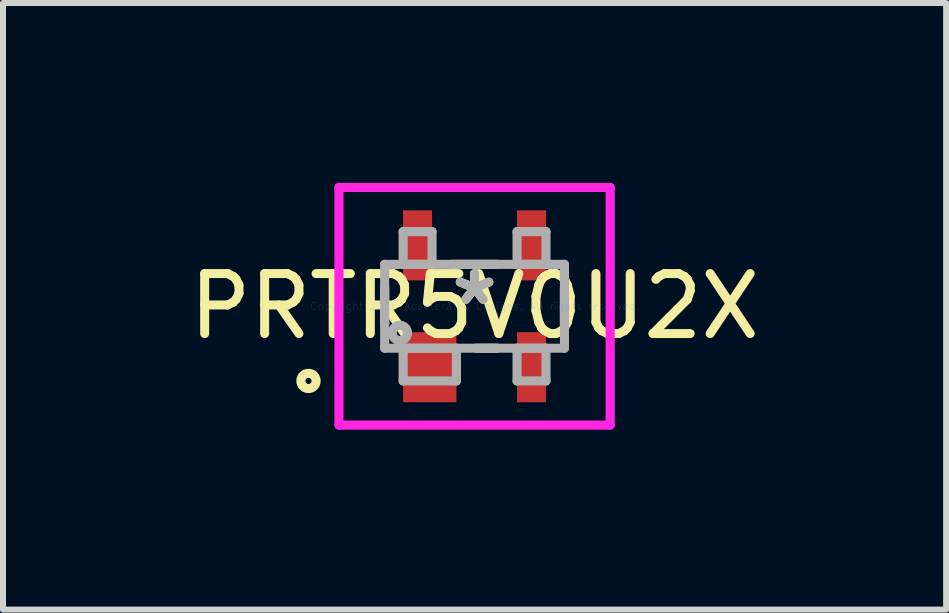
<source format=kicad_pcb>
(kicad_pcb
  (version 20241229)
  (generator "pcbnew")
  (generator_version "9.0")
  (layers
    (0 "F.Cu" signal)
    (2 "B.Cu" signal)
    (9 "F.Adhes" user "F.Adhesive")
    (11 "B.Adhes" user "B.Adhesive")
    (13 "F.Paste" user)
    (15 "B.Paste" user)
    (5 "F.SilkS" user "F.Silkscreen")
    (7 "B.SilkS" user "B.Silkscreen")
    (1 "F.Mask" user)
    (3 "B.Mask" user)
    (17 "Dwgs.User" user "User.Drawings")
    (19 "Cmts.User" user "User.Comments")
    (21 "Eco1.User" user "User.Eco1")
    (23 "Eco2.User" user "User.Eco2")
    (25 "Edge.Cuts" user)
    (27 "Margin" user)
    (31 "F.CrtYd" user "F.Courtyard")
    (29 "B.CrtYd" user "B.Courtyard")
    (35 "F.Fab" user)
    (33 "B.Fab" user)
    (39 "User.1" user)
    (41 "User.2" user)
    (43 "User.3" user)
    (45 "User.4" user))
  (footprint "PRTR5V0U2X"
    (layer "F.Cu")
    (at 4.863 2.057)
    (property "Reference" "PRTR5V0U2X" (at 0 0 0) (layer "F.SilkS") (effects (font (size 1 1) (thickness 0.15))))
    (attr through_hole)
    (fp_line (start -1.499 0.304) (end -1.499 -0.304) (stroke (width 0.152) (type solid)) (layer "F.SilkS"))
    (fp_line (start -0.376 -0.699) (end 0.376 -0.699) (stroke (width 0.152) (type solid)) (layer "F.SilkS"))
    (fp_line (start 0.376 0.699) (end 0.03 0.699) (stroke (width 0.152) (type solid)) (layer "F.SilkS"))
    (fp_line (start 1.499 -0.304) (end 1.499 0.304) (stroke (width 0.152) (type solid)) (layer "F.SilkS"))
    (fp_circle (center -2.769 1.245) (end -2.642 1.245) (stroke (width 0.152) (type solid)) (fill no) (layer "F.SilkS"))
    (fp_line (start -2.261 -1.981) (end 2.261 -1.981) (stroke (width 0.152) (type solid)) (layer "F.CrtYd"))
    (fp_line (start -2.261 1.981) (end -2.261 -1.981) (stroke (width 0.152) (type solid)) (layer "F.CrtYd"))
    (fp_line (start 2.261 -1.981) (end 2.261 1.981) (stroke (width 0.152) (type solid)) (layer "F.CrtYd"))
    (fp_line (start 2.261 1.981) (end -2.261 1.981) (stroke (width 0.152) (type solid)) (layer "F.CrtYd"))
    (fp_line (start -1.499 -0.699) (end 1.499 -0.699) (stroke (width 0.152) (type solid)) (layer "F.Fab"))
    (fp_line (start -1.499 0.699) (end -1.499 -0.699) (stroke (width 0.152) (type solid)) (layer "F.Fab"))
    (fp_line (start -1.191 -1.245) (end -1.191 -0.699) (stroke (width 0.152) (type solid)) (layer "F.Fab"))
    (fp_line (start -1.191 -0.699) (end -0.709 -0.699) (stroke (width 0.152) (type solid)) (layer "F.Fab"))
    (fp_line (start -1.191 0.699) (end -1.191 1.245) (stroke (width 0.152) (type solid)) (layer "F.Fab"))
    (fp_line (start -1.191 1.245) (end -0.302 1.245) (stroke (width 0.152) (type solid)) (layer "F.Fab"))
    (fp_line (start -0.709 -1.245) (end -1.191 -1.245) (stroke (width 0.152) (type solid)) (layer "F.Fab"))
    (fp_line (start -0.709 -0.699) (end -0.709 -1.245) (stroke (width 0.152) (type solid)) (layer "F.Fab"))
    (fp_line (start -0.302 0.699) (end -1.191 0.699) (stroke (width 0.152) (type solid)) (layer "F.Fab"))
    (fp_line (start -0.302 1.245) (end -0.302 0.699) (stroke (width 0.152) (type solid)) (layer "F.Fab"))
    (fp_line (start 0.709 -1.245) (end 0.709 -0.699) (stroke (width 0.152) (type solid)) (layer "F.Fab"))
    (fp_line (start 0.709 -0.699) (end 1.191 -0.699) (stroke (width 0.152) (type solid)) (layer "F.Fab"))
    (fp_line (start 0.709 0.699) (end 0.709 1.245) (stroke (width 0.152) (type solid)) (layer "F.Fab"))
    (fp_line (start 0.709 1.245) (end 1.191 1.245) (stroke (width 0.152) (type solid)) (layer "F.Fab"))
    (fp_line (start 1.191 -1.245) (end 0.709 -1.245) (stroke (width 0.152) (type solid)) (layer "F.Fab"))
    (fp_line (start 1.191 -0.699) (end 1.191 -1.245) (stroke (width 0.152) (type solid)) (layer "F.Fab"))
    (fp_line (start 1.191 0.699) (end 0.709 0.699) (stroke (width 0.152) (type solid)) (layer "F.Fab"))
    (fp_line (start 1.191 1.245) (end 1.191 0.699) (stroke (width 0.152) (type solid)) (layer "F.Fab"))
    (fp_line (start 1.499 -0.699) (end 1.499 0.699) (stroke (width 0.152) (type solid)) (layer "F.Fab"))
    (fp_line (start 1.499 0.699) (end -1.499 0.699) (stroke (width 0.152) (type solid)) (layer "F.Fab"))
    (fp_circle (center -1.245 0.445) (end -1.118 0.445) (stroke (width 0.152) (type solid)) (fill no) (layer "F.Fab"))
    (fp_text user "*" (at 0 0 0) (layer "F.SilkS") (effects (font (size 1 1) (thickness 0.15))))
    (fp_text user "Copyright 2016 Accelerated Designs. All rights reserved." (at 0 0 0) (layer "Cmts.User") (effects (font (size 0.127 0.127) (thickness 0.002))))
    (fp_text user "*" (at 0 0 0) (layer "F.Fab") (effects (font (size 1 1) (thickness 0.15))))
    (pad "1" smd rect (at -0.747 1.016) (size 0.889 1.168) (layers "F.Cu" "F.Mask" "F.Paste"))
    (pad "2" smd rect (at 0.95 1.016) (size 0.483 1.168) (layers "F.Cu" "F.Mask" "F.Paste"))
    (pad "3" smd rect (at 0.95 -1.016) (size 0.483 1.168) (layers "F.Cu" "F.Mask" "F.Paste"))
    (pad "4" smd rect (at -0.95 -1.016) (size 0.483 1.168) (layers "F.Cu" "F.Mask" "F.Paste")))
  (gr_rect
    (start -3 -3)
    (end 12.726 7.115)
    (stroke (width 0.1) (type default))
    (fill no)
    (layer "Edge.Cuts")))
</source>
